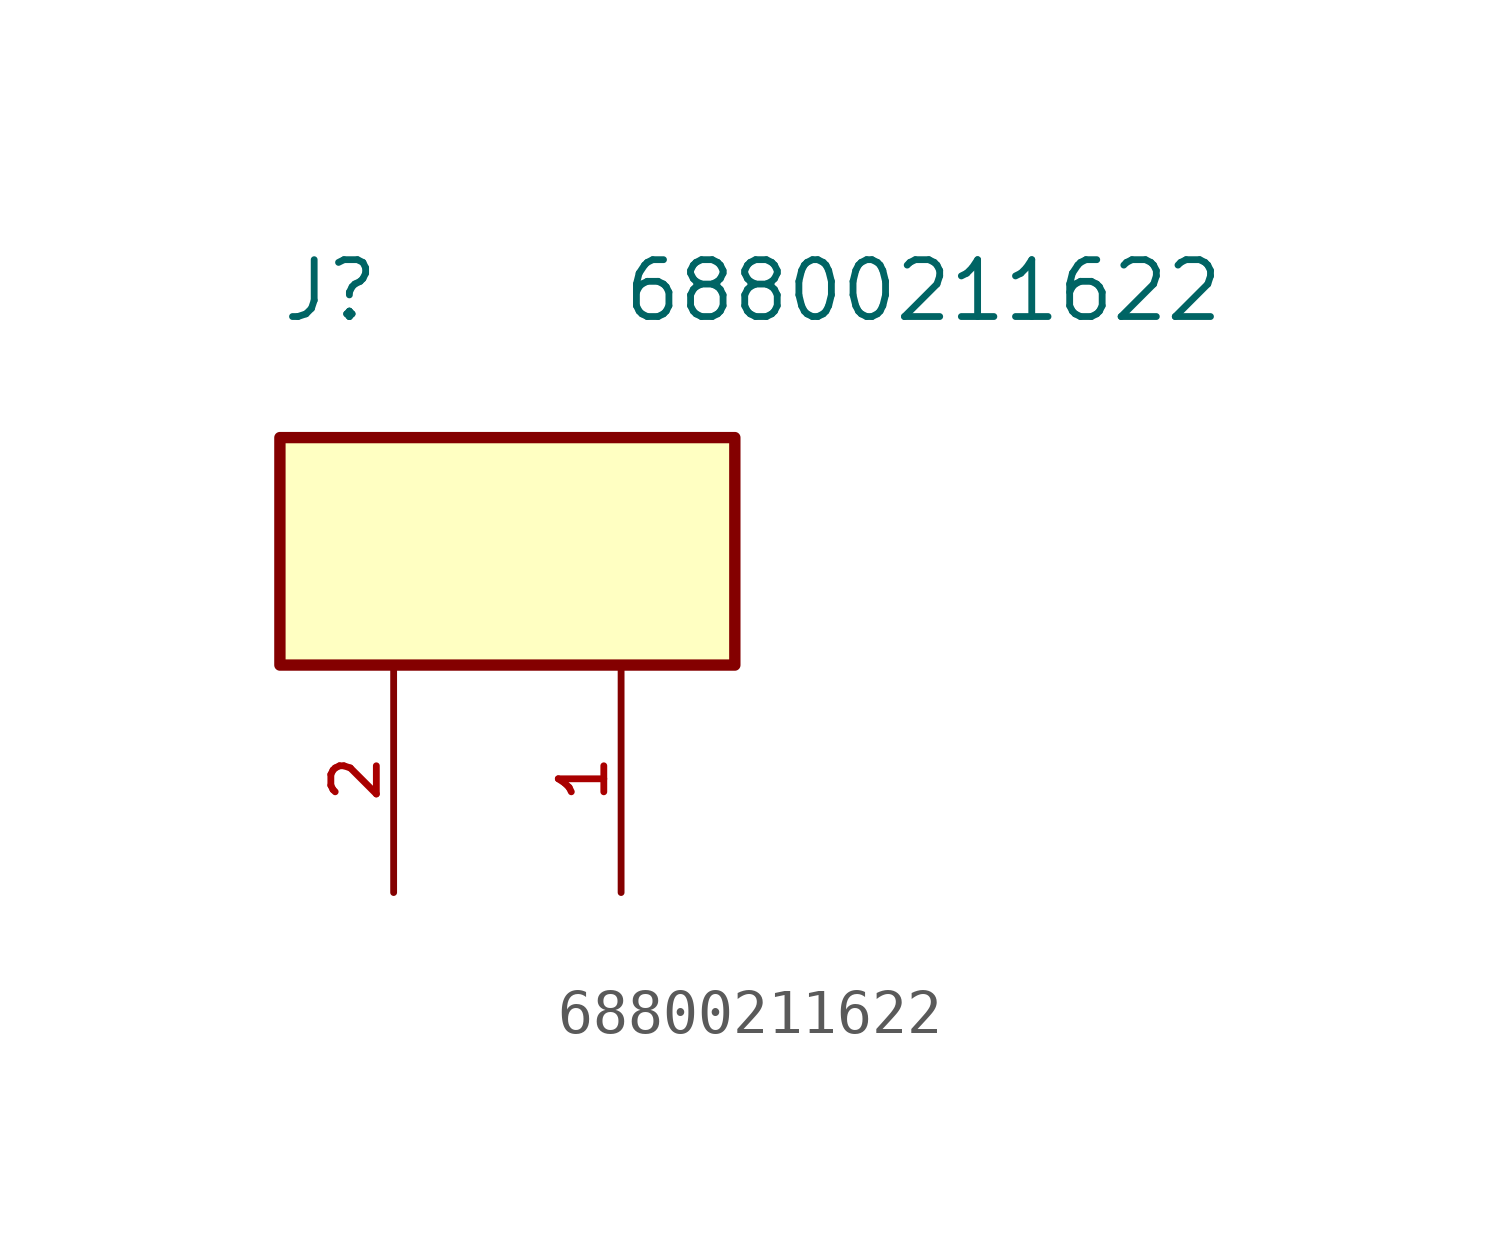
<source format=kicad_sym>
(kicad_symbol_lib
  (version 20211014)
  (generator kicad_symbol_editor)
  (symbol "68800211622"
    (pin_names
      (offset 1.016))
    (property "Reference" "J"
      (at -5.08 5.08 0)
      (effects (font (size 1.27 1.27)) (justify bottom left)))
    (property "Value" "68800211622"
      (at 2.54 5.08 0)
      (effects (font (size 1.27 1.27)) (justify bottom left)))
    (symbol "68800211622_0_0"
      (rectangle (start -5.08 -2.54) (end 5.08 2.54) (stroke (width 0.254)) (fill (type background)))
      (pin passive line (at 2.54 -7.62 90.0) (length 5.08) (name "~" (effects (font (size 1.016 1.016)))) (number "1" (effects (font (size 1.016 1.016)))))
      (pin passive line (at -2.54 -7.62 90.0) (length 5.08) (name "~" (effects (font (size 1.016 1.016)))) (number "2" (effects (font (size 1.016 1.016))))))))
</source>
